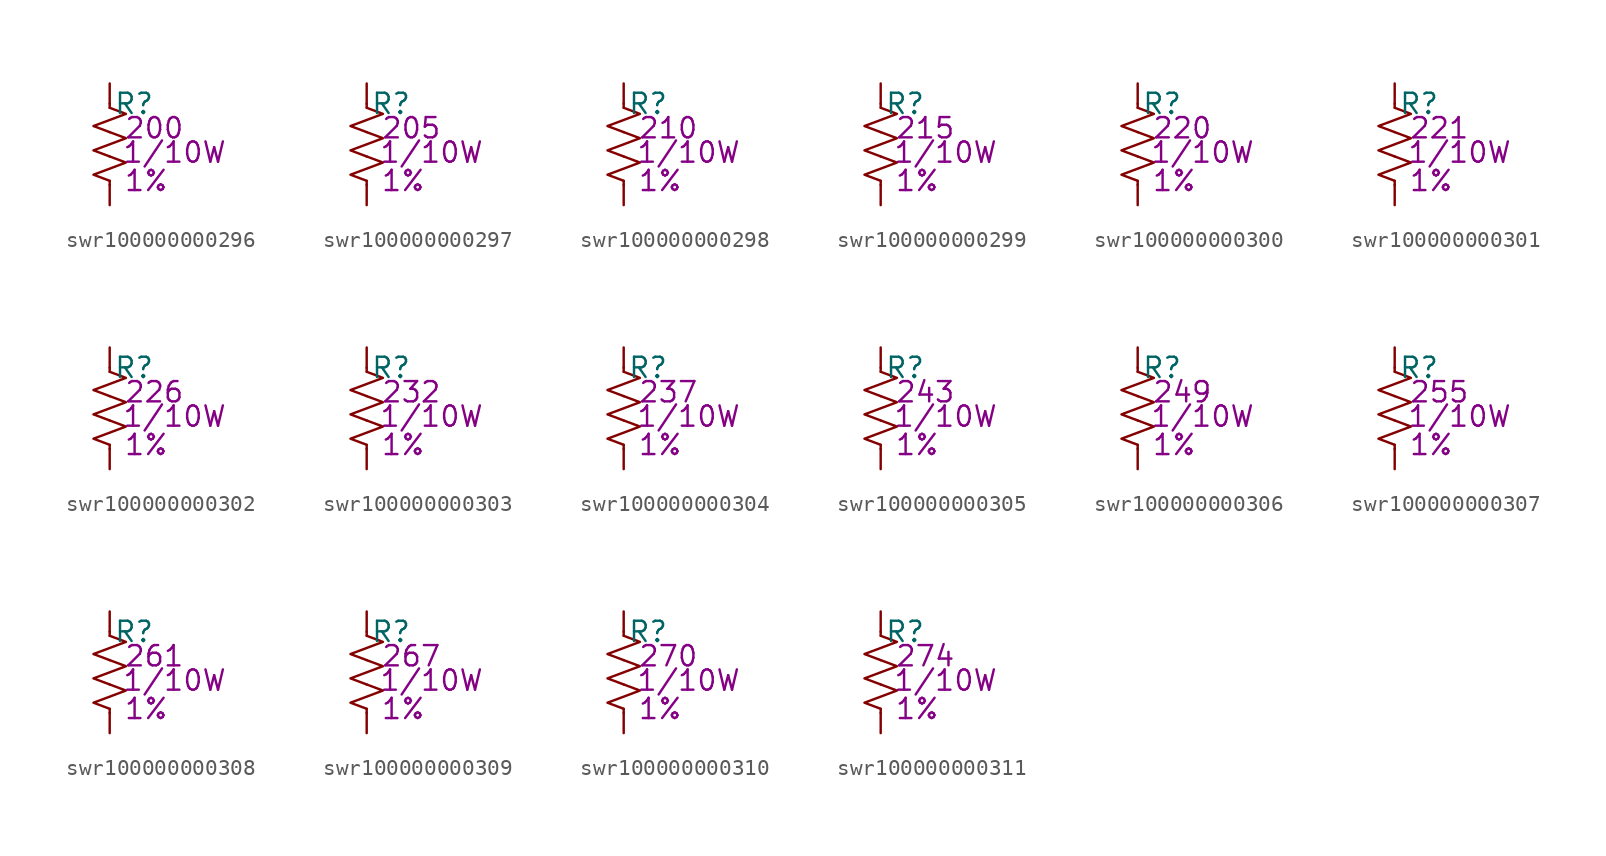
<source format=kicad_sym>
(kicad_symbol_lib
  (version 20211014)
  (generator kicad_symbol_editor)
  (symbol "swr100000000296"
    (pin_numbers hide)
    (pin_names
      (offset 1.016))
    (property "Reference" "R"
      (at 1.524 2.54 0)
      (effects (font (size 1.27 1.27))))
    (property "Tolerance" "1%"
      (at 2.286 -2.286 0)
      (effects (font (size 1.27 1.27))))
    (property "Wattage" "1/10W"
      (at 4.064 -0.508 0)
      (effects (font (size 1.27 1.27))))
    (property "PartValue" "200"
      (at 2.794 1.016 0)
      (effects (font (size 1.27 1.27))))
    (symbol "swr100000000296_1_1"
      (polyline (pts (xy 0 -2.286) (xy 0 -2.54)) (stroke (width 0) (type default) (color 0 0 0 0)) (fill (type none)))
      (polyline (pts (xy 0 2.286) (xy 0 2.54)) (stroke (width 0) (type default) (color 0 0 0 0)) (fill (type none)))
      (polyline (pts (xy 0 -0.762) (xy 1.016 -1.143) (xy 0 -1.524) (xy -1.016 -1.905) (xy 0 -2.286)) (stroke (width 0) (type default) (color 0 0 0 0)) (fill (type none)))
      (polyline (pts (xy 0 0.762) (xy 1.016 0.381) (xy 0 0) (xy -1.016 -0.381) (xy 0 -0.762)) (stroke (width 0) (type default) (color 0 0 0 0)) (fill (type none)))
      (polyline (pts (xy 0 2.286) (xy 1.016 1.905) (xy 0 1.524) (xy -1.016 1.143) (xy 0 0.762)) (stroke (width 0) (type default) (color 0 0 0 0)) (fill (type none)))
      (pin passive line (at 0 3.81 270) (length 1.27) (name "~" (effects (font (size 1.27 1.27)))) (number "1" (effects (font (size 1.27 1.27)))))
      (pin passive line (at 0 -3.81 90) (length 1.27) (name "~" (effects (font (size 1.27 1.27)))) (number "2" (effects (font (size 1.27 1.27)))))))
  (symbol "swr100000000297"
    (pin_numbers hide)
    (pin_names
      (offset 1.016))
    (property "Reference" "R"
      (at 1.524 2.54 0)
      (effects (font (size 1.27 1.27))))
    (property "Tolerance" "1%"
      (at 2.286 -2.286 0)
      (effects (font (size 1.27 1.27))))
    (property "Wattage" "1/10W"
      (at 4.064 -0.508 0)
      (effects (font (size 1.27 1.27))))
    (property "PartValue" "205"
      (at 2.794 1.016 0)
      (effects (font (size 1.27 1.27))))
    (symbol "swr100000000297_1_1"
      (polyline (pts (xy 0 -2.286) (xy 0 -2.54)) (stroke (width 0) (type default) (color 0 0 0 0)) (fill (type none)))
      (polyline (pts (xy 0 2.286) (xy 0 2.54)) (stroke (width 0) (type default) (color 0 0 0 0)) (fill (type none)))
      (polyline (pts (xy 0 -0.762) (xy 1.016 -1.143) (xy 0 -1.524) (xy -1.016 -1.905) (xy 0 -2.286)) (stroke (width 0) (type default) (color 0 0 0 0)) (fill (type none)))
      (polyline (pts (xy 0 0.762) (xy 1.016 0.381) (xy 0 0) (xy -1.016 -0.381) (xy 0 -0.762)) (stroke (width 0) (type default) (color 0 0 0 0)) (fill (type none)))
      (polyline (pts (xy 0 2.286) (xy 1.016 1.905) (xy 0 1.524) (xy -1.016 1.143) (xy 0 0.762)) (stroke (width 0) (type default) (color 0 0 0 0)) (fill (type none)))
      (pin passive line (at 0 3.81 270) (length 1.27) (name "~" (effects (font (size 1.27 1.27)))) (number "1" (effects (font (size 1.27 1.27)))))
      (pin passive line (at 0 -3.81 90) (length 1.27) (name "~" (effects (font (size 1.27 1.27)))) (number "2" (effects (font (size 1.27 1.27)))))))
  (symbol "swr100000000298"
    (pin_numbers hide)
    (pin_names
      (offset 1.016))
    (property "Reference" "R"
      (at 1.524 2.54 0)
      (effects (font (size 1.27 1.27))))
    (property "Tolerance" "1%"
      (at 2.286 -2.286 0)
      (effects (font (size 1.27 1.27))))
    (property "Wattage" "1/10W"
      (at 4.064 -0.508 0)
      (effects (font (size 1.27 1.27))))
    (property "PartValue" "210"
      (at 2.794 1.016 0)
      (effects (font (size 1.27 1.27))))
    (symbol "swr100000000298_1_1"
      (polyline (pts (xy 0 -2.286) (xy 0 -2.54)) (stroke (width 0) (type default) (color 0 0 0 0)) (fill (type none)))
      (polyline (pts (xy 0 2.286) (xy 0 2.54)) (stroke (width 0) (type default) (color 0 0 0 0)) (fill (type none)))
      (polyline (pts (xy 0 -0.762) (xy 1.016 -1.143) (xy 0 -1.524) (xy -1.016 -1.905) (xy 0 -2.286)) (stroke (width 0) (type default) (color 0 0 0 0)) (fill (type none)))
      (polyline (pts (xy 0 0.762) (xy 1.016 0.381) (xy 0 0) (xy -1.016 -0.381) (xy 0 -0.762)) (stroke (width 0) (type default) (color 0 0 0 0)) (fill (type none)))
      (polyline (pts (xy 0 2.286) (xy 1.016 1.905) (xy 0 1.524) (xy -1.016 1.143) (xy 0 0.762)) (stroke (width 0) (type default) (color 0 0 0 0)) (fill (type none)))
      (pin passive line (at 0 3.81 270) (length 1.27) (name "~" (effects (font (size 1.27 1.27)))) (number "1" (effects (font (size 1.27 1.27)))))
      (pin passive line (at 0 -3.81 90) (length 1.27) (name "~" (effects (font (size 1.27 1.27)))) (number "2" (effects (font (size 1.27 1.27)))))))
  (symbol "swr100000000299"
    (pin_numbers hide)
    (pin_names
      (offset 1.016))
    (property "Reference" "R"
      (at 1.524 2.54 0)
      (effects (font (size 1.27 1.27))))
    (property "Tolerance" "1%"
      (at 2.286 -2.286 0)
      (effects (font (size 1.27 1.27))))
    (property "Wattage" "1/10W"
      (at 4.064 -0.508 0)
      (effects (font (size 1.27 1.27))))
    (property "PartValue" "215"
      (at 2.794 1.016 0)
      (effects (font (size 1.27 1.27))))
    (symbol "swr100000000299_1_1"
      (polyline (pts (xy 0 -2.286) (xy 0 -2.54)) (stroke (width 0) (type default) (color 0 0 0 0)) (fill (type none)))
      (polyline (pts (xy 0 2.286) (xy 0 2.54)) (stroke (width 0) (type default) (color 0 0 0 0)) (fill (type none)))
      (polyline (pts (xy 0 -0.762) (xy 1.016 -1.143) (xy 0 -1.524) (xy -1.016 -1.905) (xy 0 -2.286)) (stroke (width 0) (type default) (color 0 0 0 0)) (fill (type none)))
      (polyline (pts (xy 0 0.762) (xy 1.016 0.381) (xy 0 0) (xy -1.016 -0.381) (xy 0 -0.762)) (stroke (width 0) (type default) (color 0 0 0 0)) (fill (type none)))
      (polyline (pts (xy 0 2.286) (xy 1.016 1.905) (xy 0 1.524) (xy -1.016 1.143) (xy 0 0.762)) (stroke (width 0) (type default) (color 0 0 0 0)) (fill (type none)))
      (pin passive line (at 0 3.81 270) (length 1.27) (name "~" (effects (font (size 1.27 1.27)))) (number "1" (effects (font (size 1.27 1.27)))))
      (pin passive line (at 0 -3.81 90) (length 1.27) (name "~" (effects (font (size 1.27 1.27)))) (number "2" (effects (font (size 1.27 1.27)))))))
  (symbol "swr100000000300"
    (pin_numbers hide)
    (pin_names
      (offset 1.016))
    (property "Reference" "R"
      (at 1.524 2.54 0)
      (effects (font (size 1.27 1.27))))
    (property "Tolerance" "1%"
      (at 2.286 -2.286 0)
      (effects (font (size 1.27 1.27))))
    (property "Wattage" "1/10W"
      (at 4.064 -0.508 0)
      (effects (font (size 1.27 1.27))))
    (property "PartValue" "220"
      (at 2.794 1.016 0)
      (effects (font (size 1.27 1.27))))
    (symbol "swr100000000300_1_1"
      (polyline (pts (xy 0 -2.286) (xy 0 -2.54)) (stroke (width 0) (type default) (color 0 0 0 0)) (fill (type none)))
      (polyline (pts (xy 0 2.286) (xy 0 2.54)) (stroke (width 0) (type default) (color 0 0 0 0)) (fill (type none)))
      (polyline (pts (xy 0 -0.762) (xy 1.016 -1.143) (xy 0 -1.524) (xy -1.016 -1.905) (xy 0 -2.286)) (stroke (width 0) (type default) (color 0 0 0 0)) (fill (type none)))
      (polyline (pts (xy 0 0.762) (xy 1.016 0.381) (xy 0 0) (xy -1.016 -0.381) (xy 0 -0.762)) (stroke (width 0) (type default) (color 0 0 0 0)) (fill (type none)))
      (polyline (pts (xy 0 2.286) (xy 1.016 1.905) (xy 0 1.524) (xy -1.016 1.143) (xy 0 0.762)) (stroke (width 0) (type default) (color 0 0 0 0)) (fill (type none)))
      (pin passive line (at 0 3.81 270) (length 1.27) (name "~" (effects (font (size 1.27 1.27)))) (number "1" (effects (font (size 1.27 1.27)))))
      (pin passive line (at 0 -3.81 90) (length 1.27) (name "~" (effects (font (size 1.27 1.27)))) (number "2" (effects (font (size 1.27 1.27)))))))
  (symbol "swr100000000301"
    (pin_numbers hide)
    (pin_names
      (offset 1.016))
    (property "Reference" "R"
      (at 1.524 2.54 0)
      (effects (font (size 1.27 1.27))))
    (property "Tolerance" "1%"
      (at 2.286 -2.286 0)
      (effects (font (size 1.27 1.27))))
    (property "Wattage" "1/10W"
      (at 4.064 -0.508 0)
      (effects (font (size 1.27 1.27))))
    (property "PartValue" "221"
      (at 2.794 1.016 0)
      (effects (font (size 1.27 1.27))))
    (symbol "swr100000000301_1_1"
      (polyline (pts (xy 0 -2.286) (xy 0 -2.54)) (stroke (width 0) (type default) (color 0 0 0 0)) (fill (type none)))
      (polyline (pts (xy 0 2.286) (xy 0 2.54)) (stroke (width 0) (type default) (color 0 0 0 0)) (fill (type none)))
      (polyline (pts (xy 0 -0.762) (xy 1.016 -1.143) (xy 0 -1.524) (xy -1.016 -1.905) (xy 0 -2.286)) (stroke (width 0) (type default) (color 0 0 0 0)) (fill (type none)))
      (polyline (pts (xy 0 0.762) (xy 1.016 0.381) (xy 0 0) (xy -1.016 -0.381) (xy 0 -0.762)) (stroke (width 0) (type default) (color 0 0 0 0)) (fill (type none)))
      (polyline (pts (xy 0 2.286) (xy 1.016 1.905) (xy 0 1.524) (xy -1.016 1.143) (xy 0 0.762)) (stroke (width 0) (type default) (color 0 0 0 0)) (fill (type none)))
      (pin passive line (at 0 3.81 270) (length 1.27) (name "~" (effects (font (size 1.27 1.27)))) (number "1" (effects (font (size 1.27 1.27)))))
      (pin passive line (at 0 -3.81 90) (length 1.27) (name "~" (effects (font (size 1.27 1.27)))) (number "2" (effects (font (size 1.27 1.27)))))))
  (symbol "swr100000000302"
    (pin_numbers hide)
    (pin_names
      (offset 1.016))
    (property "Reference" "R"
      (at 1.524 2.54 0)
      (effects (font (size 1.27 1.27))))
    (property "Tolerance" "1%"
      (at 2.286 -2.286 0)
      (effects (font (size 1.27 1.27))))
    (property "Wattage" "1/10W"
      (at 4.064 -0.508 0)
      (effects (font (size 1.27 1.27))))
    (property "PartValue" "226"
      (at 2.794 1.016 0)
      (effects (font (size 1.27 1.27))))
    (symbol "swr100000000302_1_1"
      (polyline (pts (xy 0 -2.286) (xy 0 -2.54)) (stroke (width 0) (type default) (color 0 0 0 0)) (fill (type none)))
      (polyline (pts (xy 0 2.286) (xy 0 2.54)) (stroke (width 0) (type default) (color 0 0 0 0)) (fill (type none)))
      (polyline (pts (xy 0 -0.762) (xy 1.016 -1.143) (xy 0 -1.524) (xy -1.016 -1.905) (xy 0 -2.286)) (stroke (width 0) (type default) (color 0 0 0 0)) (fill (type none)))
      (polyline (pts (xy 0 0.762) (xy 1.016 0.381) (xy 0 0) (xy -1.016 -0.381) (xy 0 -0.762)) (stroke (width 0) (type default) (color 0 0 0 0)) (fill (type none)))
      (polyline (pts (xy 0 2.286) (xy 1.016 1.905) (xy 0 1.524) (xy -1.016 1.143) (xy 0 0.762)) (stroke (width 0) (type default) (color 0 0 0 0)) (fill (type none)))
      (pin passive line (at 0 3.81 270) (length 1.27) (name "~" (effects (font (size 1.27 1.27)))) (number "1" (effects (font (size 1.27 1.27)))))
      (pin passive line (at 0 -3.81 90) (length 1.27) (name "~" (effects (font (size 1.27 1.27)))) (number "2" (effects (font (size 1.27 1.27)))))))
  (symbol "swr100000000303"
    (pin_numbers hide)
    (pin_names
      (offset 1.016))
    (property "Reference" "R"
      (at 1.524 2.54 0)
      (effects (font (size 1.27 1.27))))
    (property "Tolerance" "1%"
      (at 2.286 -2.286 0)
      (effects (font (size 1.27 1.27))))
    (property "Wattage" "1/10W"
      (at 4.064 -0.508 0)
      (effects (font (size 1.27 1.27))))
    (property "PartValue" "232"
      (at 2.794 1.016 0)
      (effects (font (size 1.27 1.27))))
    (symbol "swr100000000303_1_1"
      (polyline (pts (xy 0 -2.286) (xy 0 -2.54)) (stroke (width 0) (type default) (color 0 0 0 0)) (fill (type none)))
      (polyline (pts (xy 0 2.286) (xy 0 2.54)) (stroke (width 0) (type default) (color 0 0 0 0)) (fill (type none)))
      (polyline (pts (xy 0 -0.762) (xy 1.016 -1.143) (xy 0 -1.524) (xy -1.016 -1.905) (xy 0 -2.286)) (stroke (width 0) (type default) (color 0 0 0 0)) (fill (type none)))
      (polyline (pts (xy 0 0.762) (xy 1.016 0.381) (xy 0 0) (xy -1.016 -0.381) (xy 0 -0.762)) (stroke (width 0) (type default) (color 0 0 0 0)) (fill (type none)))
      (polyline (pts (xy 0 2.286) (xy 1.016 1.905) (xy 0 1.524) (xy -1.016 1.143) (xy 0 0.762)) (stroke (width 0) (type default) (color 0 0 0 0)) (fill (type none)))
      (pin passive line (at 0 3.81 270) (length 1.27) (name "~" (effects (font (size 1.27 1.27)))) (number "1" (effects (font (size 1.27 1.27)))))
      (pin passive line (at 0 -3.81 90) (length 1.27) (name "~" (effects (font (size 1.27 1.27)))) (number "2" (effects (font (size 1.27 1.27)))))))
  (symbol "swr100000000304"
    (pin_numbers hide)
    (pin_names
      (offset 1.016))
    (property "Reference" "R"
      (at 1.524 2.54 0)
      (effects (font (size 1.27 1.27))))
    (property "Tolerance" "1%"
      (at 2.286 -2.286 0)
      (effects (font (size 1.27 1.27))))
    (property "Wattage" "1/10W"
      (at 4.064 -0.508 0)
      (effects (font (size 1.27 1.27))))
    (property "PartValue" "237"
      (at 2.794 1.016 0)
      (effects (font (size 1.27 1.27))))
    (symbol "swr100000000304_1_1"
      (polyline (pts (xy 0 -2.286) (xy 0 -2.54)) (stroke (width 0) (type default) (color 0 0 0 0)) (fill (type none)))
      (polyline (pts (xy 0 2.286) (xy 0 2.54)) (stroke (width 0) (type default) (color 0 0 0 0)) (fill (type none)))
      (polyline (pts (xy 0 -0.762) (xy 1.016 -1.143) (xy 0 -1.524) (xy -1.016 -1.905) (xy 0 -2.286)) (stroke (width 0) (type default) (color 0 0 0 0)) (fill (type none)))
      (polyline (pts (xy 0 0.762) (xy 1.016 0.381) (xy 0 0) (xy -1.016 -0.381) (xy 0 -0.762)) (stroke (width 0) (type default) (color 0 0 0 0)) (fill (type none)))
      (polyline (pts (xy 0 2.286) (xy 1.016 1.905) (xy 0 1.524) (xy -1.016 1.143) (xy 0 0.762)) (stroke (width 0) (type default) (color 0 0 0 0)) (fill (type none)))
      (pin passive line (at 0 3.81 270) (length 1.27) (name "~" (effects (font (size 1.27 1.27)))) (number "1" (effects (font (size 1.27 1.27)))))
      (pin passive line (at 0 -3.81 90) (length 1.27) (name "~" (effects (font (size 1.27 1.27)))) (number "2" (effects (font (size 1.27 1.27)))))))
  (symbol "swr100000000305"
    (pin_numbers hide)
    (pin_names
      (offset 1.016))
    (property "Reference" "R"
      (at 1.524 2.54 0)
      (effects (font (size 1.27 1.27))))
    (property "Tolerance" "1%"
      (at 2.286 -2.286 0)
      (effects (font (size 1.27 1.27))))
    (property "Wattage" "1/10W"
      (at 4.064 -0.508 0)
      (effects (font (size 1.27 1.27))))
    (property "PartValue" "243"
      (at 2.794 1.016 0)
      (effects (font (size 1.27 1.27))))
    (symbol "swr100000000305_1_1"
      (polyline (pts (xy 0 -2.286) (xy 0 -2.54)) (stroke (width 0) (type default) (color 0 0 0 0)) (fill (type none)))
      (polyline (pts (xy 0 2.286) (xy 0 2.54)) (stroke (width 0) (type default) (color 0 0 0 0)) (fill (type none)))
      (polyline (pts (xy 0 -0.762) (xy 1.016 -1.143) (xy 0 -1.524) (xy -1.016 -1.905) (xy 0 -2.286)) (stroke (width 0) (type default) (color 0 0 0 0)) (fill (type none)))
      (polyline (pts (xy 0 0.762) (xy 1.016 0.381) (xy 0 0) (xy -1.016 -0.381) (xy 0 -0.762)) (stroke (width 0) (type default) (color 0 0 0 0)) (fill (type none)))
      (polyline (pts (xy 0 2.286) (xy 1.016 1.905) (xy 0 1.524) (xy -1.016 1.143) (xy 0 0.762)) (stroke (width 0) (type default) (color 0 0 0 0)) (fill (type none)))
      (pin passive line (at 0 3.81 270) (length 1.27) (name "~" (effects (font (size 1.27 1.27)))) (number "1" (effects (font (size 1.27 1.27)))))
      (pin passive line (at 0 -3.81 90) (length 1.27) (name "~" (effects (font (size 1.27 1.27)))) (number "2" (effects (font (size 1.27 1.27)))))))
  (symbol "swr100000000306"
    (pin_numbers hide)
    (pin_names
      (offset 1.016))
    (property "Reference" "R"
      (at 1.524 2.54 0)
      (effects (font (size 1.27 1.27))))
    (property "Tolerance" "1%"
      (at 2.286 -2.286 0)
      (effects (font (size 1.27 1.27))))
    (property "Wattage" "1/10W"
      (at 4.064 -0.508 0)
      (effects (font (size 1.27 1.27))))
    (property "PartValue" "249"
      (at 2.794 1.016 0)
      (effects (font (size 1.27 1.27))))
    (symbol "swr100000000306_1_1"
      (polyline (pts (xy 0 -2.286) (xy 0 -2.54)) (stroke (width 0) (type default) (color 0 0 0 0)) (fill (type none)))
      (polyline (pts (xy 0 2.286) (xy 0 2.54)) (stroke (width 0) (type default) (color 0 0 0 0)) (fill (type none)))
      (polyline (pts (xy 0 -0.762) (xy 1.016 -1.143) (xy 0 -1.524) (xy -1.016 -1.905) (xy 0 -2.286)) (stroke (width 0) (type default) (color 0 0 0 0)) (fill (type none)))
      (polyline (pts (xy 0 0.762) (xy 1.016 0.381) (xy 0 0) (xy -1.016 -0.381) (xy 0 -0.762)) (stroke (width 0) (type default) (color 0 0 0 0)) (fill (type none)))
      (polyline (pts (xy 0 2.286) (xy 1.016 1.905) (xy 0 1.524) (xy -1.016 1.143) (xy 0 0.762)) (stroke (width 0) (type default) (color 0 0 0 0)) (fill (type none)))
      (pin passive line (at 0 3.81 270) (length 1.27) (name "~" (effects (font (size 1.27 1.27)))) (number "1" (effects (font (size 1.27 1.27)))))
      (pin passive line (at 0 -3.81 90) (length 1.27) (name "~" (effects (font (size 1.27 1.27)))) (number "2" (effects (font (size 1.27 1.27)))))))
  (symbol "swr100000000307"
    (pin_numbers hide)
    (pin_names
      (offset 1.016))
    (property "Reference" "R"
      (at 1.524 2.54 0)
      (effects (font (size 1.27 1.27))))
    (property "Tolerance" "1%"
      (at 2.286 -2.286 0)
      (effects (font (size 1.27 1.27))))
    (property "Wattage" "1/10W"
      (at 4.064 -0.508 0)
      (effects (font (size 1.27 1.27))))
    (property "PartValue" "255"
      (at 2.794 1.016 0)
      (effects (font (size 1.27 1.27))))
    (symbol "swr100000000307_1_1"
      (polyline (pts (xy 0 -2.286) (xy 0 -2.54)) (stroke (width 0) (type default) (color 0 0 0 0)) (fill (type none)))
      (polyline (pts (xy 0 2.286) (xy 0 2.54)) (stroke (width 0) (type default) (color 0 0 0 0)) (fill (type none)))
      (polyline (pts (xy 0 -0.762) (xy 1.016 -1.143) (xy 0 -1.524) (xy -1.016 -1.905) (xy 0 -2.286)) (stroke (width 0) (type default) (color 0 0 0 0)) (fill (type none)))
      (polyline (pts (xy 0 0.762) (xy 1.016 0.381) (xy 0 0) (xy -1.016 -0.381) (xy 0 -0.762)) (stroke (width 0) (type default) (color 0 0 0 0)) (fill (type none)))
      (polyline (pts (xy 0 2.286) (xy 1.016 1.905) (xy 0 1.524) (xy -1.016 1.143) (xy 0 0.762)) (stroke (width 0) (type default) (color 0 0 0 0)) (fill (type none)))
      (pin passive line (at 0 3.81 270) (length 1.27) (name "~" (effects (font (size 1.27 1.27)))) (number "1" (effects (font (size 1.27 1.27)))))
      (pin passive line (at 0 -3.81 90) (length 1.27) (name "~" (effects (font (size 1.27 1.27)))) (number "2" (effects (font (size 1.27 1.27)))))))
  (symbol "swr100000000308"
    (pin_numbers hide)
    (pin_names
      (offset 1.016))
    (property "Reference" "R"
      (at 1.524 2.54 0)
      (effects (font (size 1.27 1.27))))
    (property "Tolerance" "1%"
      (at 2.286 -2.286 0)
      (effects (font (size 1.27 1.27))))
    (property "Wattage" "1/10W"
      (at 4.064 -0.508 0)
      (effects (font (size 1.27 1.27))))
    (property "PartValue" "261"
      (at 2.794 1.016 0)
      (effects (font (size 1.27 1.27))))
    (symbol "swr100000000308_1_1"
      (polyline (pts (xy 0 -2.286) (xy 0 -2.54)) (stroke (width 0) (type default) (color 0 0 0 0)) (fill (type none)))
      (polyline (pts (xy 0 2.286) (xy 0 2.54)) (stroke (width 0) (type default) (color 0 0 0 0)) (fill (type none)))
      (polyline (pts (xy 0 -0.762) (xy 1.016 -1.143) (xy 0 -1.524) (xy -1.016 -1.905) (xy 0 -2.286)) (stroke (width 0) (type default) (color 0 0 0 0)) (fill (type none)))
      (polyline (pts (xy 0 0.762) (xy 1.016 0.381) (xy 0 0) (xy -1.016 -0.381) (xy 0 -0.762)) (stroke (width 0) (type default) (color 0 0 0 0)) (fill (type none)))
      (polyline (pts (xy 0 2.286) (xy 1.016 1.905) (xy 0 1.524) (xy -1.016 1.143) (xy 0 0.762)) (stroke (width 0) (type default) (color 0 0 0 0)) (fill (type none)))
      (pin passive line (at 0 3.81 270) (length 1.27) (name "~" (effects (font (size 1.27 1.27)))) (number "1" (effects (font (size 1.27 1.27)))))
      (pin passive line (at 0 -3.81 90) (length 1.27) (name "~" (effects (font (size 1.27 1.27)))) (number "2" (effects (font (size 1.27 1.27)))))))
  (symbol "swr100000000309"
    (pin_numbers hide)
    (pin_names
      (offset 1.016))
    (property "Reference" "R"
      (at 1.524 2.54 0)
      (effects (font (size 1.27 1.27))))
    (property "Tolerance" "1%"
      (at 2.286 -2.286 0)
      (effects (font (size 1.27 1.27))))
    (property "Wattage" "1/10W"
      (at 4.064 -0.508 0)
      (effects (font (size 1.27 1.27))))
    (property "PartValue" "267"
      (at 2.794 1.016 0)
      (effects (font (size 1.27 1.27))))
    (symbol "swr100000000309_1_1"
      (polyline (pts (xy 0 -2.286) (xy 0 -2.54)) (stroke (width 0) (type default) (color 0 0 0 0)) (fill (type none)))
      (polyline (pts (xy 0 2.286) (xy 0 2.54)) (stroke (width 0) (type default) (color 0 0 0 0)) (fill (type none)))
      (polyline (pts (xy 0 -0.762) (xy 1.016 -1.143) (xy 0 -1.524) (xy -1.016 -1.905) (xy 0 -2.286)) (stroke (width 0) (type default) (color 0 0 0 0)) (fill (type none)))
      (polyline (pts (xy 0 0.762) (xy 1.016 0.381) (xy 0 0) (xy -1.016 -0.381) (xy 0 -0.762)) (stroke (width 0) (type default) (color 0 0 0 0)) (fill (type none)))
      (polyline (pts (xy 0 2.286) (xy 1.016 1.905) (xy 0 1.524) (xy -1.016 1.143) (xy 0 0.762)) (stroke (width 0) (type default) (color 0 0 0 0)) (fill (type none)))
      (pin passive line (at 0 3.81 270) (length 1.27) (name "~" (effects (font (size 1.27 1.27)))) (number "1" (effects (font (size 1.27 1.27)))))
      (pin passive line (at 0 -3.81 90) (length 1.27) (name "~" (effects (font (size 1.27 1.27)))) (number "2" (effects (font (size 1.27 1.27)))))))
  (symbol "swr100000000310"
    (pin_numbers hide)
    (pin_names
      (offset 1.016))
    (property "Reference" "R"
      (at 1.524 2.54 0)
      (effects (font (size 1.27 1.27))))
    (property "Tolerance" "1%"
      (at 2.286 -2.286 0)
      (effects (font (size 1.27 1.27))))
    (property "Wattage" "1/10W"
      (at 4.064 -0.508 0)
      (effects (font (size 1.27 1.27))))
    (property "PartValue" "270"
      (at 2.794 1.016 0)
      (effects (font (size 1.27 1.27))))
    (symbol "swr100000000310_1_1"
      (polyline (pts (xy 0 -2.286) (xy 0 -2.54)) (stroke (width 0) (type default) (color 0 0 0 0)) (fill (type none)))
      (polyline (pts (xy 0 2.286) (xy 0 2.54)) (stroke (width 0) (type default) (color 0 0 0 0)) (fill (type none)))
      (polyline (pts (xy 0 -0.762) (xy 1.016 -1.143) (xy 0 -1.524) (xy -1.016 -1.905) (xy 0 -2.286)) (stroke (width 0) (type default) (color 0 0 0 0)) (fill (type none)))
      (polyline (pts (xy 0 0.762) (xy 1.016 0.381) (xy 0 0) (xy -1.016 -0.381) (xy 0 -0.762)) (stroke (width 0) (type default) (color 0 0 0 0)) (fill (type none)))
      (polyline (pts (xy 0 2.286) (xy 1.016 1.905) (xy 0 1.524) (xy -1.016 1.143) (xy 0 0.762)) (stroke (width 0) (type default) (color 0 0 0 0)) (fill (type none)))
      (pin passive line (at 0 3.81 270) (length 1.27) (name "~" (effects (font (size 1.27 1.27)))) (number "1" (effects (font (size 1.27 1.27)))))
      (pin passive line (at 0 -3.81 90) (length 1.27) (name "~" (effects (font (size 1.27 1.27)))) (number "2" (effects (font (size 1.27 1.27)))))))
  (symbol "swr100000000311"
    (pin_numbers hide)
    (pin_names
      (offset 1.016))
    (property "Reference" "R"
      (at 1.524 2.54 0)
      (effects (font (size 1.27 1.27))))
    (property "Tolerance" "1%"
      (at 2.286 -2.286 0)
      (effects (font (size 1.27 1.27))))
    (property "Wattage" "1/10W"
      (at 4.064 -0.508 0)
      (effects (font (size 1.27 1.27))))
    (property "PartValue" "274"
      (at 2.794 1.016 0)
      (effects (font (size 1.27 1.27))))
    (symbol "swr100000000311_1_1"
      (polyline (pts (xy 0 -2.286) (xy 0 -2.54)) (stroke (width 0) (type default) (color 0 0 0 0)) (fill (type none)))
      (polyline (pts (xy 0 2.286) (xy 0 2.54)) (stroke (width 0) (type default) (color 0 0 0 0)) (fill (type none)))
      (polyline (pts (xy 0 -0.762) (xy 1.016 -1.143) (xy 0 -1.524) (xy -1.016 -1.905) (xy 0 -2.286)) (stroke (width 0) (type default) (color 0 0 0 0)) (fill (type none)))
      (polyline (pts (xy 0 0.762) (xy 1.016 0.381) (xy 0 0) (xy -1.016 -0.381) (xy 0 -0.762)) (stroke (width 0) (type default) (color 0 0 0 0)) (fill (type none)))
      (polyline (pts (xy 0 2.286) (xy 1.016 1.905) (xy 0 1.524) (xy -1.016 1.143) (xy 0 0.762)) (stroke (width 0) (type default) (color 0 0 0 0)) (fill (type none)))
      (pin passive line (at 0 3.81 270) (length 1.27) (name "~" (effects (font (size 1.27 1.27)))) (number "1" (effects (font (size 1.27 1.27)))))
      (pin passive line (at 0 -3.81 90) (length 1.27) (name "~" (effects (font (size 1.27 1.27)))) (number "2" (effects (font (size 1.27 1.27))))))))
</source>
